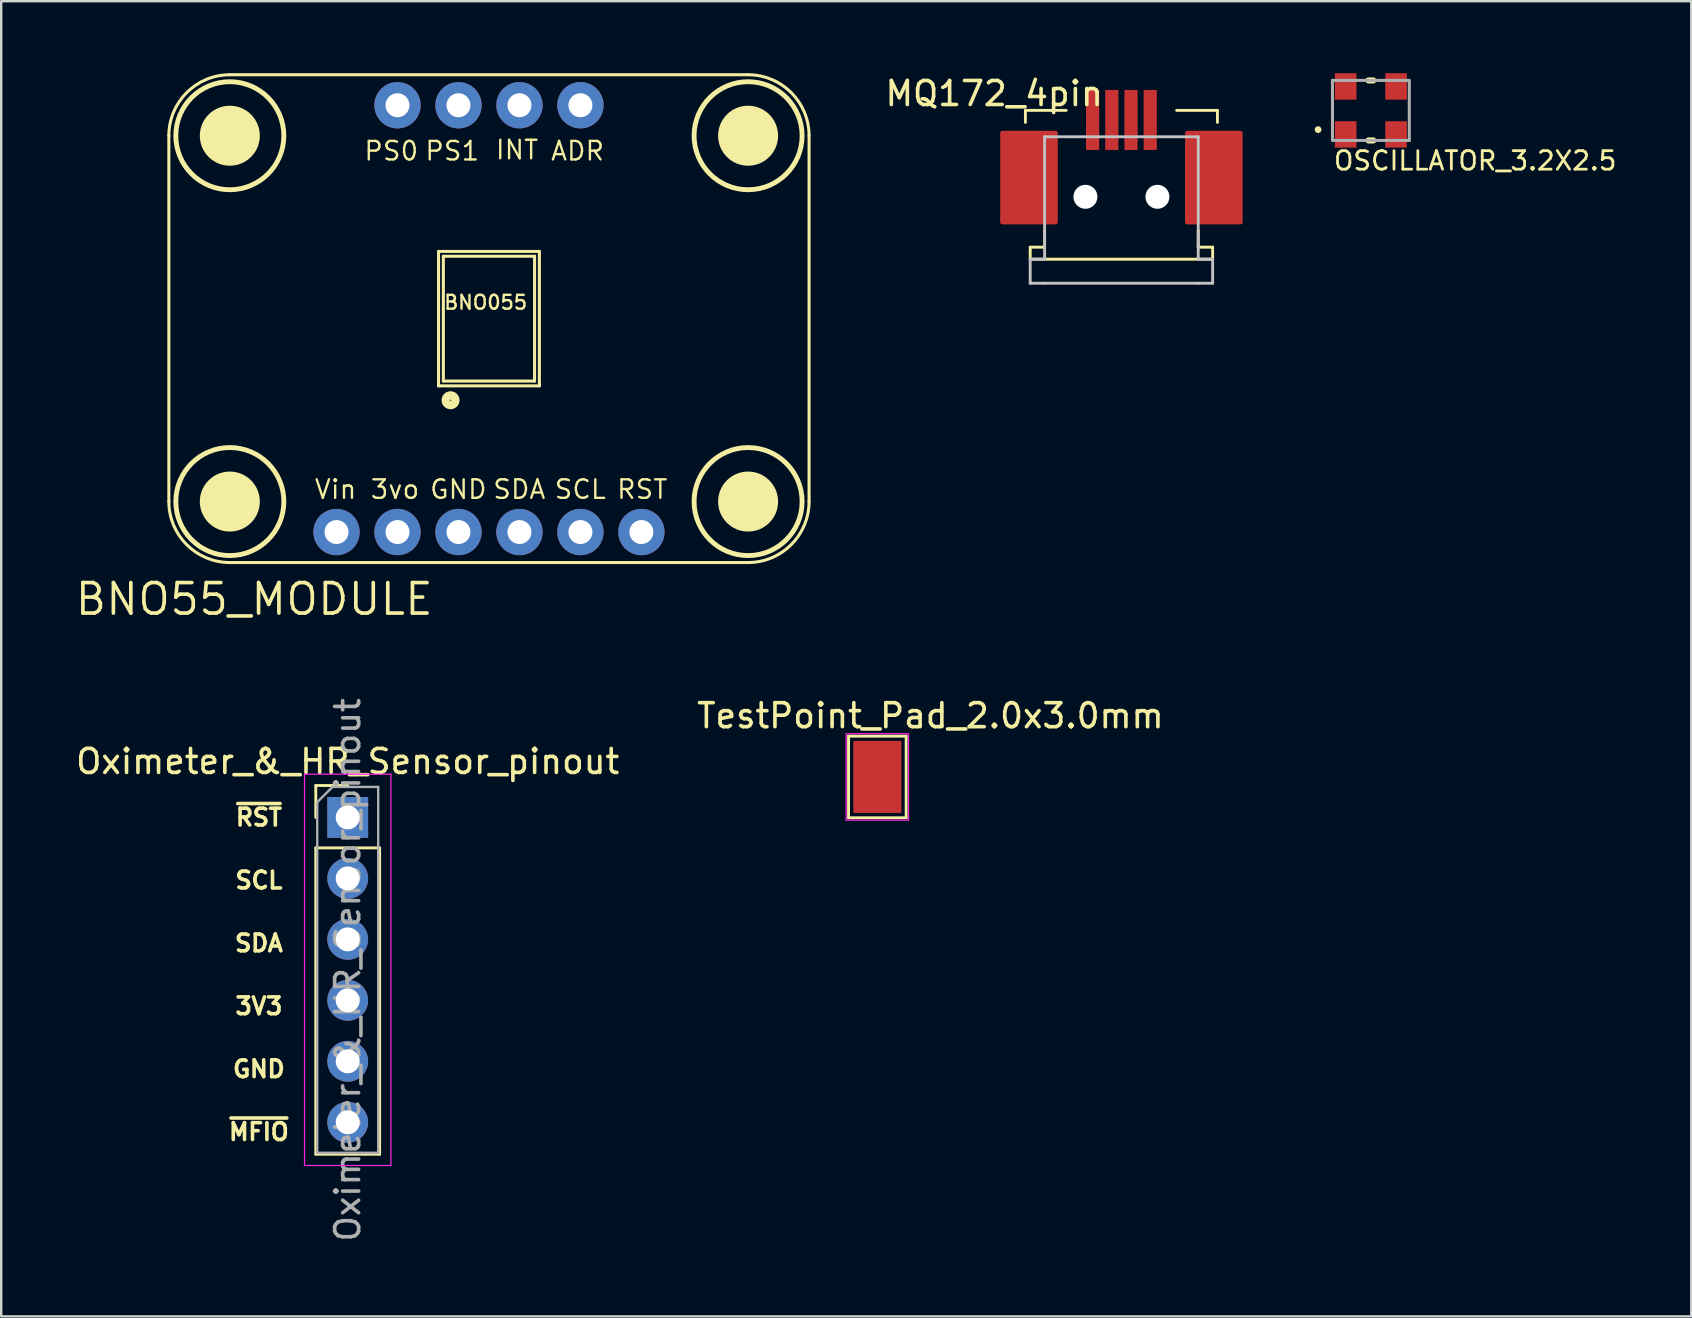
<source format=kicad_pcb>
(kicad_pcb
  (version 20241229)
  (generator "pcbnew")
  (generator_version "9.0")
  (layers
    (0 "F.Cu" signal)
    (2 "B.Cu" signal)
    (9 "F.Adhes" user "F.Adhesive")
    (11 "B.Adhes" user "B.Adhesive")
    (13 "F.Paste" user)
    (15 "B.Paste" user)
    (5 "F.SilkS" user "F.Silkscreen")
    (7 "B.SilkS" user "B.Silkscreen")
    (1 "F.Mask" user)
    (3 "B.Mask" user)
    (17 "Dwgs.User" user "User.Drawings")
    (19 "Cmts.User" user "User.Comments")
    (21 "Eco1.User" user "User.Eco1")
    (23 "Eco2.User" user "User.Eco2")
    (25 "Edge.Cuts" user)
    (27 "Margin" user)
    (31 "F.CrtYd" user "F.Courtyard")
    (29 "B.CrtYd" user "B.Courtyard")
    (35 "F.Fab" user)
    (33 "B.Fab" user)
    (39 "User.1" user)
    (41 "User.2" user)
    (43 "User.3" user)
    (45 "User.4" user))
  (footprint "Oximeter_&_HR_Sensor_pinout"
    (layer "F.Cu")
    (at 11.435 31.002)
    (property "Reference" "Oximeter_&_HR_Sensor_pinout" (at 0 -2.33 0) (layer "F.SilkS") (effects (font (size 1 1) (thickness 0.15))))
    (attr through_hole)
    (fp_line (start -1.33 -1.33) (end 0 -1.33) (stroke (width 0.12) (type solid)) (layer "F.SilkS"))
    (fp_line (start -1.33 0) (end -1.33 -1.33) (stroke (width 0.12) (type solid)) (layer "F.SilkS"))
    (fp_line (start -1.33 1.27) (end -1.33 14.03) (stroke (width 0.12) (type solid)) (layer "F.SilkS"))
    (fp_line (start -1.33 1.27) (end 1.33 1.27) (stroke (width 0.12) (type solid)) (layer "F.SilkS"))
    (fp_line (start -1.33 14.03) (end 1.33 14.03) (stroke (width 0.12) (type solid)) (layer "F.SilkS"))
    (fp_line (start 1.33 1.27) (end 1.33 14.03) (stroke (width 0.12) (type solid)) (layer "F.SilkS"))
    (fp_line (start -1.8 -1.8) (end -1.8 14.5) (stroke (width 0.05) (type solid)) (layer "F.CrtYd"))
    (fp_line (start -1.8 14.5) (end 1.8 14.5) (stroke (width 0.05) (type solid)) (layer "F.CrtYd"))
    (fp_line (start 1.8 -1.8) (end -1.8 -1.8) (stroke (width 0.05) (type solid)) (layer "F.CrtYd"))
    (fp_line (start 1.8 14.5) (end 1.8 -1.8) (stroke (width 0.05) (type solid)) (layer "F.CrtYd"))
    (fp_line (start -1.27 -0.635) (end -0.635 -1.27) (stroke (width 0.1) (type solid)) (layer "F.Fab"))
    (fp_line (start -1.27 13.97) (end -1.27 -0.635) (stroke (width 0.1) (type solid)) (layer "F.Fab"))
    (fp_line (start -0.635 -1.27) (end 1.27 -1.27) (stroke (width 0.1) (type solid)) (layer "F.Fab"))
    (fp_line (start 1.27 -1.27) (end 1.27 13.97) (stroke (width 0.1) (type solid)) (layer "F.Fab"))
    (fp_line (start 1.27 13.97) (end -1.27 13.97) (stroke (width 0.1) (type solid)) (layer "F.Fab"))
    (fp_text user "3V3" (at -3.7 7.86 0) (layer "F.SilkS") (effects (font (size 0.7 0.7) (thickness 0.15))))
    (fp_text user "~{MFIO}" (at -3.7 13.1 0) (layer "F.SilkS") (effects (font (size 0.7 0.7) (thickness 0.15))))
    (fp_text user "SCL" (at -3.7 2.62 0) (layer "F.SilkS") (effects (font (size 0.7 0.7) (thickness 0.15))))
    (fp_text user "GND" (at -3.7 10.48 0) (layer "F.SilkS") (effects (font (size 0.7 0.7) (thickness 0.15))))
    (fp_text user "~{RST}" (at -3.7 0 0) (layer "F.SilkS") (effects (font (size 0.7 0.7) (thickness 0.15))))
    (fp_text user "SDA" (at -3.7 5.24 0) (layer "F.SilkS") (effects (font (size 0.7 0.7) (thickness 0.15))))
    (fp_text user "${REFERENCE}" (at 0 6.35 90) (layer "F.Fab") (effects (font (size 1 1) (thickness 0.15))))
    (pad "1" thru_hole rect (at 0 0) (size 1.7 1.7) (drill 1) (layers "*.Cu" "*.Mask"))
    (pad "2" thru_hole oval (at 0 2.54) (size 1.7 1.7) (drill 1) (layers "*.Cu" "*.Mask"))
    (pad "3" thru_hole oval (at 0 5.08) (size 1.7 1.7) (drill 1) (layers "*.Cu" "*.Mask"))
    (pad "4" thru_hole oval (at 0 7.62) (size 1.7 1.7) (drill 1) (layers "*.Cu" "*.Mask"))
    (pad "5" thru_hole oval (at 0 10.16) (size 1.7 1.7) (drill 1) (layers "*.Cu" "*.Mask"))
    (pad "6" thru_hole oval (at 0 12.7) (size 1.7 1.7) (drill 1) (layers "*.Cu" "*.Mask")))
  (footprint "MQ172_4pin"
    (layer "F.Cu")
    (at 43.666 1.948)
    (property "Reference" "MQ172_4pin" (at -5.3 -1.1 0) (layer "F.SilkS") (effects (font (size 1 1) (thickness 0.15))))
    (attr smd)
    (fp_line (start -4 -0.4) (end -2.3 -0.4) (stroke (width 0.12) (type solid)) (layer "F.SilkS"))
    (fp_line (start -4 0.1) (end -4 -0.4) (stroke (width 0.12) (type solid)) (layer "F.SilkS"))
    (fp_line (start -3.8 5.8) (end -3.8 5.3) (stroke (width 0.12) (type solid)) (layer "F.SilkS"))
    (fp_line (start -3.8 5.8) (end 3.8 5.8) (stroke (width 0.12) (type solid)) (layer "F.SilkS"))
    (fp_line (start -3.2 5.3) (end -3.8 5.3) (stroke (width 0.12) (type solid)) (layer "F.SilkS"))
    (fp_line (start -3.2 5.3) (end -3.2 4.6) (stroke (width 0.12) (type solid)) (layer "F.SilkS"))
    (fp_line (start 3.2 5.3) (end 3.2 4.6) (stroke (width 0.12) (type solid)) (layer "F.SilkS"))
    (fp_line (start 3.8 5.3) (end 3.2 5.3) (stroke (width 0.12) (type solid)) (layer "F.SilkS"))
    (fp_line (start 3.8 5.8) (end 3.8 5.3) (stroke (width 0.12) (type solid)) (layer "F.SilkS"))
    (fp_line (start 4 -0.4) (end 2.3 -0.4) (stroke (width 0.12) (type solid)) (layer "F.SilkS"))
    (fp_line (start 4 -0.4) (end 4 0.1) (stroke (width 0.12) (type solid)) (layer "F.SilkS"))
    (fp_line (start -3.8 5.8) (end -3.2 5.8) (stroke (width 0.12) (type solid)) (layer "Dwgs.User"))
    (fp_line (start -3.8 6.8) (end -3.8 5.8) (stroke (width 0.12) (type solid)) (layer "Dwgs.User"))
    (fp_line (start -3.8 6.8) (end -3.2 6.8) (stroke (width 0.12) (type solid)) (layer "Dwgs.User"))
    (fp_line (start -3.2 0.7) (end -3.2 5.8) (stroke (width 0.12) (type solid)) (layer "Dwgs.User"))
    (fp_line (start -3.2 6.8) (end 3.2 6.8) (stroke (width 0.12) (type solid)) (layer "Dwgs.User"))
    (fp_line (start 3.2 0.7) (end -3.2 0.7) (stroke (width 0.12) (type solid)) (layer "Dwgs.User"))
    (fp_line (start 3.2 5.8) (end 3.2 0.7) (stroke (width 0.12) (type solid)) (layer "Dwgs.User"))
    (fp_line (start 3.8 5.8) (end 3.2 5.8) (stroke (width 0.12) (type solid)) (layer "Dwgs.User"))
    (fp_line (start 3.8 5.8) (end 3.8 6.8) (stroke (width 0.12) (type solid)) (layer "Dwgs.User"))
    (fp_line (start 3.8 6.8) (end 3.2 6.8) (stroke (width 0.12) (type solid)) (layer "Dwgs.User"))
    (pad "" np_thru_hole circle (at -1.5 3.2) (size 1 1) (drill 1) (layers "*.Cu" "*.Mask"))
    (pad "" np_thru_hole circle (at 1.5 3.2) (size 1 1) (drill 1) (layers "*.Cu" "*.Mask"))
    (pad "1" smd rect (at -1.2 0) (size 0.55 2.5) (layers "F.Cu" "F.Mask" "F.Paste"))
    (pad "2" smd rect (at -0.4 0) (size 0.55 2.5) (layers "F.Cu" "F.Mask" "F.Paste"))
    (pad "3" smd rect (at 0.4 0) (size 0.55 2.5) (layers "F.Cu" "F.Mask" "F.Paste"))
    (pad "4" smd rect (at 1.2 0) (size 0.55 2.5) (layers "F.Cu" "F.Mask" "F.Paste"))
    (pad "5" smd roundrect (at -3.85 2.4) (size 2.4 3.9) (layers "F.Cu" "F.Mask" "F.Paste") (roundrect_rratio 0.04))
    (pad "5" smd roundrect (at 3.85 2.4) (size 2.4 3.9) (layers "F.Cu" "F.Mask" "F.Paste") (roundrect_rratio 0.04)))
  (footprint "OSCILLATOR_3.2X2.5"
    (layer "F.Cu")
    (at 54.058 1.55)
    (property "Reference" "OSCILLATOR_3.2X2.5" (at -1.613 2.548 180) (layer "F.SilkS") (effects (font (size 0.772 0.772) (thickness 0.116)) (justify left bottom)))
    (attr through_hole)
    (fp_line (start -0.1 -1.25) (end 0.1 -1.25) (stroke (width 0.254) (type solid)) (layer "F.SilkS"))
    (fp_line (start -0.1 1.25) (end 0.1 1.25) (stroke (width 0.254) (type solid)) (layer "F.SilkS"))
    (fp_circle (center -2.2 0.8) (end -2.129 0.8) (stroke (width 0.141) (type solid)) (fill no) (layer "F.SilkS"))
    (fp_line (start -1.6 -1.25) (end 1.6 -1.25) (stroke (width 0.127) (type solid)) (layer "F.Fab"))
    (fp_line (start -1.6 1.25) (end -1.6 -1.25) (stroke (width 0.127) (type solid)) (layer "F.Fab"))
    (fp_line (start 1.6 -1.25) (end 1.6 1.25) (stroke (width 0.127) (type solid)) (layer "F.Fab"))
    (fp_line (start 1.6 1.25) (end -1.6 1.25) (stroke (width 0.127) (type solid)) (layer "F.Fab"))
    (pad "1" smd rect (at -1.05 1) (size 0.9 1.1) (layers "F.Cu" "F.Mask" "F.Paste"))
    (pad "2" smd rect (at 1.05 1) (size 0.9 1.1) (layers "F.Cu" "F.Mask" "F.Paste"))
    (pad "3" smd rect (at 1.05 -1) (size 0.9 1.1) (layers "F.Cu" "F.Mask" "F.Paste"))
    (pad "4" smd rect (at -1.05 -1) (size 0.9 1.1) (layers "F.Cu" "F.Mask" "F.Paste")))
  (footprint "BNO55_MODULE"
    (layer "F.Cu")
    (at 3.984 20.384)
    (property "Reference" "BNO55_MODULE" (at 3.556 1.524 0) (layer "F.SilkS") (effects (font (size 1.27 1.27) (thickness 0.152))))
    (attr through_hole)
    (fp_line (start 0 -2.54) (end 0 -17.78) (stroke (width 0.127) (type solid)) (layer "F.SilkS"))
    (fp_line (start 2.54 -20.32) (end 24.13 -20.32) (stroke (width 0.127) (type solid)) (layer "F.SilkS"))
    (fp_line (start 11.235 -12.96) (end 15.435 -12.96) (stroke (width 0.127) (type solid)) (layer "F.SilkS"))
    (fp_line (start 11.235 -7.36) (end 11.235 -12.96) (stroke (width 0.127) (type solid)) (layer "F.SilkS"))
    (fp_line (start 11.435 -12.76) (end 15.235 -12.76) (stroke (width 0.127) (type solid)) (layer "F.SilkS"))
    (fp_line (start 11.435 -7.56) (end 11.435 -12.76) (stroke (width 0.127) (type solid)) (layer "F.SilkS"))
    (fp_line (start 15.235 -12.76) (end 15.235 -7.56) (stroke (width 0.127) (type solid)) (layer "F.SilkS"))
    (fp_line (start 15.235 -7.56) (end 11.435 -7.56) (stroke (width 0.127) (type solid)) (layer "F.SilkS"))
    (fp_line (start 15.435 -12.96) (end 15.435 -7.36) (stroke (width 0.127) (type solid)) (layer "F.SilkS"))
    (fp_line (start 15.435 -7.36) (end 11.235 -7.36) (stroke (width 0.127) (type solid)) (layer "F.SilkS"))
    (fp_line (start 24.13 0) (end 2.54 0) (stroke (width 0.127) (type solid)) (layer "F.SilkS"))
    (fp_line (start 26.67 -17.78) (end 26.67 -2.54) (stroke (width 0.127) (type solid)) (layer "F.SilkS"))
    (fp_arc (start 0 -17.78) (mid 0.743949 -19.576051) (end 2.54 -20.32) (stroke (width 0.127) (type solid)) (layer "F.SilkS"))
    (fp_arc (start 2.54 0) (mid 0.743949 -0.743949) (end 0 -2.54) (stroke (width 0.127) (type solid)) (layer "F.SilkS"))
    (fp_arc (start 24.13 -20.32) (mid 25.926051 -19.576051) (end 26.67 -17.78) (stroke (width 0.127) (type solid)) (layer "F.SilkS"))
    (fp_arc (start 26.67 -2.54) (mid 25.926051 -0.743949) (end 24.13 0) (stroke (width 0.127) (type solid)) (layer "F.SilkS"))
    (fp_circle (center 2.54 -17.78) (end 3.73 -17.78) (stroke (width 0.12) (type solid)) (fill yes) (layer "F.SilkS"))
    (fp_circle (center 2.54 -17.78) (end 4.79 -17.78) (stroke (width 0.203) (type solid)) (fill no) (layer "F.SilkS"))
    (fp_circle (center 2.54 -2.54) (end 3.73 -2.54) (stroke (width 0.12) (type solid)) (fill yes) (layer "F.SilkS"))
    (fp_circle (center 2.54 -2.54) (end 4.79 -2.54) (stroke (width 0.203) (type solid)) (fill no) (layer "F.SilkS"))
    (fp_circle (center 11.735 -6.76) (end 11.935 -6.76) (stroke (width 0.35) (type solid)) (fill no) (layer "F.SilkS"))
    (fp_circle (center 24.13 -17.78) (end 25.32 -17.78) (stroke (width 0.12) (type solid)) (fill yes) (layer "F.SilkS"))
    (fp_circle (center 24.13 -17.78) (end 26.38 -17.78) (stroke (width 0.203) (type solid)) (fill no) (layer "F.SilkS"))
    (fp_circle (center 24.13 -2.54) (end 25.32 -2.54) (stroke (width 0.12) (type solid)) (fill yes) (layer "F.SilkS"))
    (fp_circle (center 24.13 -2.54) (end 26.38 -2.54) (stroke (width 0.203) (type solid)) (fill no) (layer "F.SilkS"))
    (fp_poly (pts (xy 6.731 -1.016) (xy 7.239 -1.016) (xy 7.239 -1.524) (xy 6.731 -1.524)) (stroke (width 0.1) (type solid)) (fill no) (layer "F.Fab"))
    (fp_poly (pts (xy 9.271 -18.796) (xy 9.779 -18.796) (xy 9.779 -19.304) (xy 9.271 -19.304)) (stroke (width 0.1) (type solid)) (fill no) (layer "F.Fab"))
    (fp_poly (pts (xy 9.271 -1.016) (xy 9.779 -1.016) (xy 9.779 -1.524) (xy 9.271 -1.524)) (stroke (width 0.1) (type solid)) (fill no) (layer "F.Fab"))
    (fp_poly (pts (xy 11.811 -18.796) (xy 12.319 -18.796) (xy 12.319 -19.304) (xy 11.811 -19.304)) (stroke (width 0.1) (type solid)) (fill no) (layer "F.Fab"))
    (fp_poly (pts (xy 11.811 -1.016) (xy 12.319 -1.016) (xy 12.319 -1.524) (xy 11.811 -1.524)) (stroke (width 0.1) (type solid)) (fill no) (layer "F.Fab"))
    (fp_poly (pts (xy 14.351 -18.796) (xy 14.859 -18.796) (xy 14.859 -19.304) (xy 14.351 -19.304)) (stroke (width 0.1) (type solid)) (fill no) (layer "F.Fab"))
    (fp_poly (pts (xy 14.351 -1.016) (xy 14.859 -1.016) (xy 14.859 -1.524) (xy 14.351 -1.524)) (stroke (width 0.1) (type solid)) (fill no) (layer "F.Fab"))
    (fp_poly (pts (xy 16.891 -18.796) (xy 17.399 -18.796) (xy 17.399 -19.304) (xy 16.891 -19.304)) (stroke (width 0.1) (type solid)) (fill no) (layer "F.Fab"))
    (fp_poly (pts (xy 16.891 -1.016) (xy 17.399 -1.016) (xy 17.399 -1.524) (xy 16.891 -1.524)) (stroke (width 0.1) (type solid)) (fill no) (layer "F.Fab"))
    (fp_poly (pts (xy 19.431 -1.016) (xy 19.939 -1.016) (xy 19.939 -1.524) (xy 19.431 -1.524)) (stroke (width 0.1) (type solid)) (fill no) (layer "F.Fab"))
    (fp_text user "BNO055" (at 14.986 -11.176 0) (layer "F.SilkS") (effects (font (size 0.579 0.579) (thickness 0.098)) (justify right top)))
    (fp_text user "GND" (at 12.06 -3.048 0) (layer "F.SilkS") (effects (font (size 0.772 0.772) (thickness 0.098))))
    (fp_text user "INT" (at 14.504 -17.193 0) (layer "F.SilkS") (effects (font (size 0.772 0.772) (thickness 0.098))))
    (fp_text user "Vin" (at 6.947 -3.048 0) (layer "F.SilkS") (effects (font (size 0.772 0.772) (thickness 0.098))))
    (fp_text user "3vo" (at 9.42 -3.048 0) (layer "F.SilkS") (effects (font (size 0.772 0.772) (thickness 0.098))))
    (fp_text user "ADR" (at 17.027 -17.145 0) (layer "F.SilkS") (effects (font (size 0.772 0.772) (thickness 0.098))))
    (fp_text user "PS1" (at 11.806 -17.145 0) (layer "F.SilkS") (effects (font (size 0.772 0.772) (thickness 0.098))))
    (fp_text user "RST" (at 19.72 -3.048 0) (layer "F.SilkS") (effects (font (size 0.772 0.772) (thickness 0.098))))
    (fp_text user "SCL" (at 17.14 -3.048 0) (layer "F.SilkS") (effects (font (size 0.772 0.772) (thickness 0.098))))
    (fp_text user "PS0" (at 9.266 -17.145 0) (layer "F.SilkS") (effects (font (size 0.772 0.772) (thickness 0.098))))
    (fp_text user "SDA" (at 14.6 -3.048 0) (layer "F.SilkS") (effects (font (size 0.772 0.772) (thickness 0.098))))
    (pad "1" thru_hole circle (at 9.525 -19.05 90) (size 1.93 1.93) (drill 1) (layers "*.Cu" "*.Mask"))
    (pad "2" thru_hole circle (at 12.065 -19.05 90) (size 1.93 1.93) (drill 1) (layers "*.Cu" "*.Mask"))
    (pad "3" thru_hole circle (at 14.605 -19.05 90) (size 1.93 1.93) (drill 1) (layers "*.Cu" "*.Mask"))
    (pad "4" thru_hole circle (at 17.145 -19.05 90) (size 1.93 1.93) (drill 1) (layers "*.Cu" "*.Mask"))
    (pad "5" thru_hole circle (at 6.985 -1.27 90) (size 1.93 1.93) (drill 1) (layers "*.Cu" "*.Mask"))
    (pad "6" thru_hole circle (at 9.525 -1.27 90) (size 1.93 1.93) (drill 1) (layers "*.Cu" "*.Mask"))
    (pad "7" thru_hole circle (at 12.065 -1.27 90) (size 1.93 1.93) (drill 1) (layers "*.Cu" "*.Mask"))
    (pad "8" thru_hole circle (at 14.605 -1.27 90) (size 1.93 1.93) (drill 1) (layers "*.Cu" "*.Mask"))
    (pad "9" thru_hole circle (at 17.145 -1.27 90) (size 1.93 1.93) (drill 1) (layers "*.Cu" "*.Mask"))
    (pad "10" thru_hole circle (at 19.685 -1.27 90) (size 1.93 1.93) (drill 1) (layers "*.Cu" "*.Mask")))
  (footprint "TestPoint_Pad_2.0x3.0mm"
    (layer "F.Cu")
    (at 33.499 29.516)
    (property "Reference" "TestPoint_Pad_2.0x3.0mm" (at 2.21 -2.75 0) (layer "F.SilkS") (effects (font (size 1 1) (thickness 0.15))))
    (attr exclude_from_pos_files exclude_from_bom)
    (fp_line (start -1.2 -1.9) (end 1.2 -1.9) (stroke (width 0.12) (type solid)) (layer "F.SilkS"))
    (fp_line (start -1.2 1.5) (end -1.2 -1.9) (stroke (width 0.12) (type solid)) (layer "F.SilkS"))
    (fp_line (start 1.2 -1.9) (end 1.2 1.5) (stroke (width 0.12) (type solid)) (layer "F.SilkS"))
    (fp_line (start 1.2 1.5) (end -1.2 1.5) (stroke (width 0.12) (type solid)) (layer "F.SilkS"))
    (fp_line (start -1.3 -2) (end -1.3 1.6) (stroke (width 0.05) (type solid)) (layer "F.CrtYd"))
    (fp_line (start -1.3 -2) (end 1.3 -2) (stroke (width 0.05) (type solid)) (layer "F.CrtYd"))
    (fp_line (start 1.3 1.6) (end -1.3 1.6) (stroke (width 0.05) (type solid)) (layer "F.CrtYd"))
    (fp_line (start 1.3 1.6) (end 1.3 -2) (stroke (width 0.05) (type solid)) (layer "F.CrtYd"))
    (pad "1" smd rect (at 0 -0.2) (size 2 3) (layers "F.Cu" "F.Mask")))
  (gr_rect
    (start -3 -3)
    (end 67.404 51.787)
    (stroke (width 0.1) (type default))
    (fill no)
    (layer "Edge.Cuts")))
</source>
